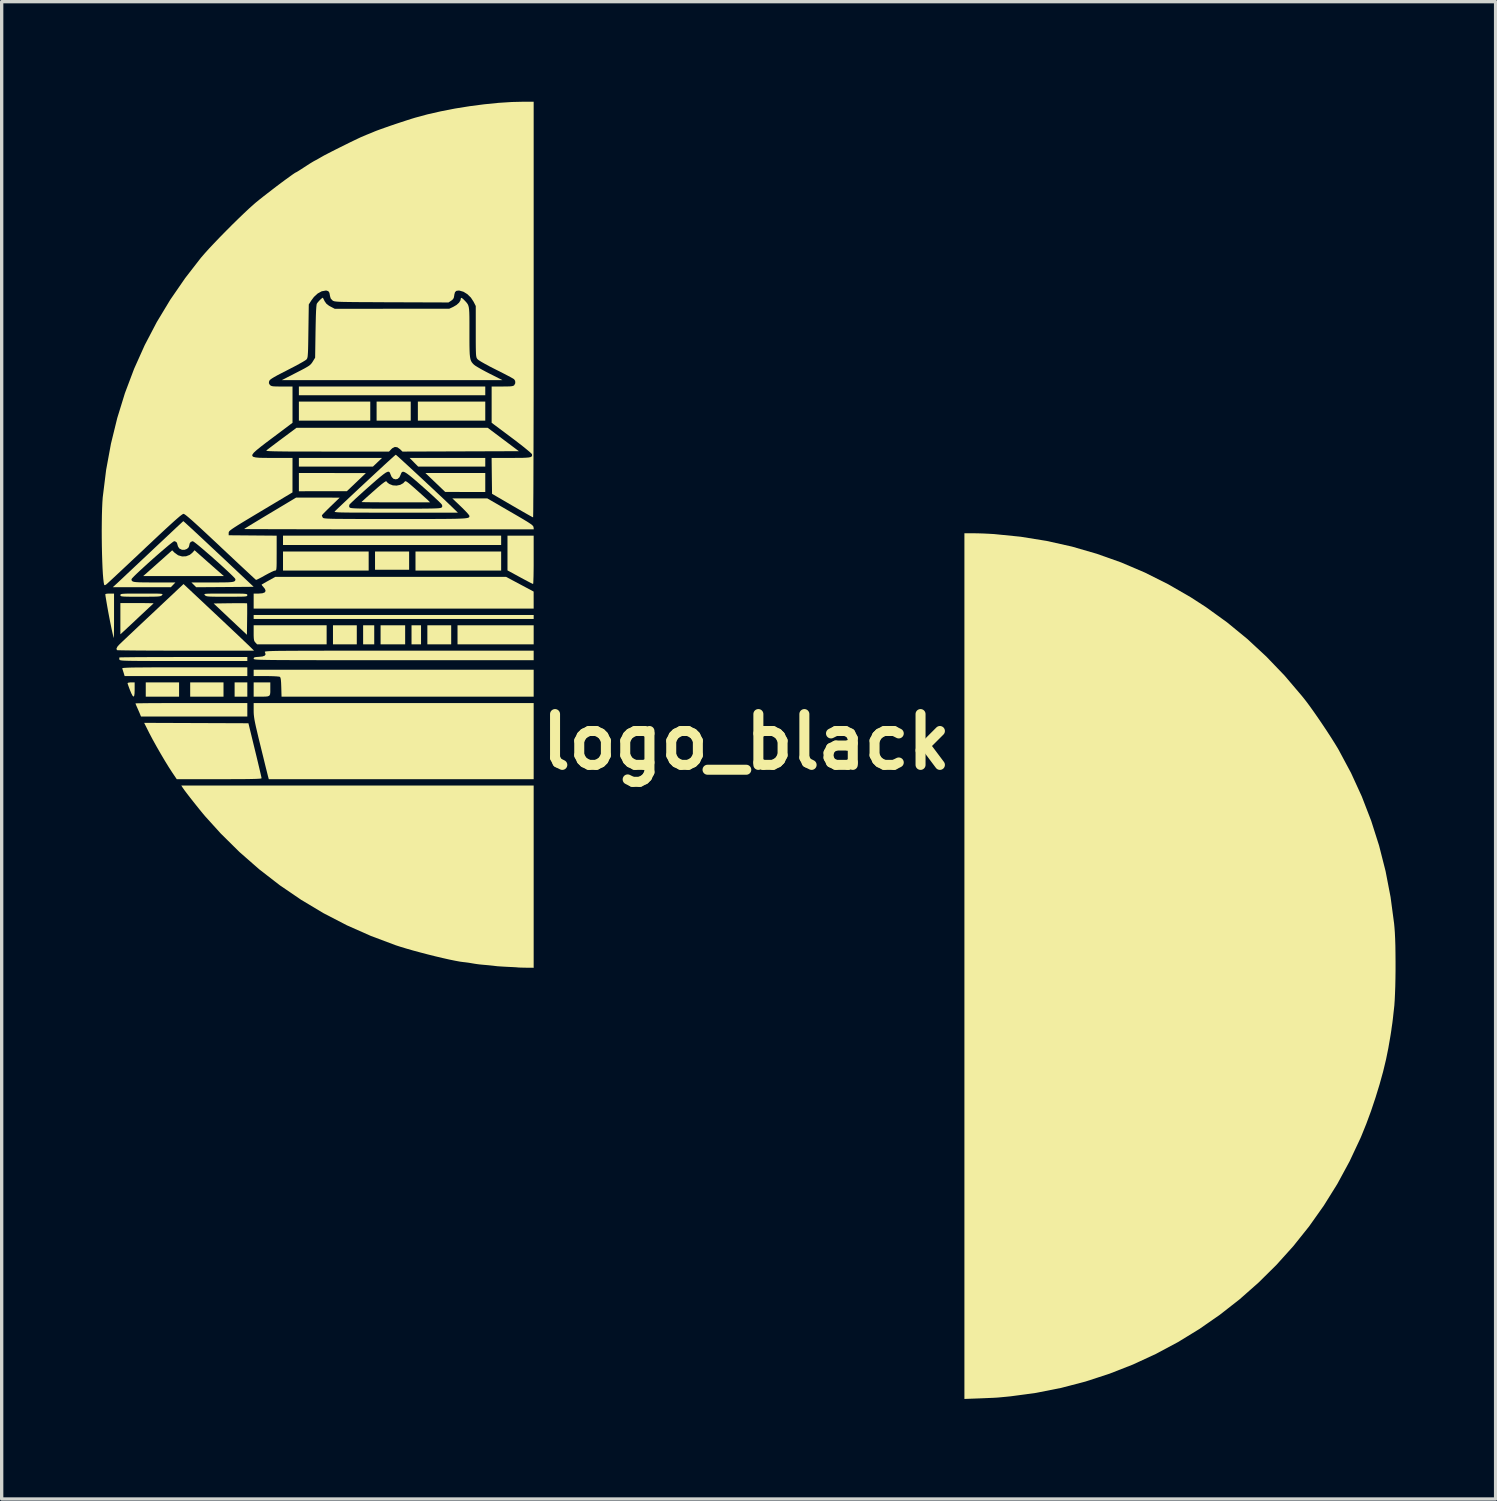
<source format=kicad_pcb>
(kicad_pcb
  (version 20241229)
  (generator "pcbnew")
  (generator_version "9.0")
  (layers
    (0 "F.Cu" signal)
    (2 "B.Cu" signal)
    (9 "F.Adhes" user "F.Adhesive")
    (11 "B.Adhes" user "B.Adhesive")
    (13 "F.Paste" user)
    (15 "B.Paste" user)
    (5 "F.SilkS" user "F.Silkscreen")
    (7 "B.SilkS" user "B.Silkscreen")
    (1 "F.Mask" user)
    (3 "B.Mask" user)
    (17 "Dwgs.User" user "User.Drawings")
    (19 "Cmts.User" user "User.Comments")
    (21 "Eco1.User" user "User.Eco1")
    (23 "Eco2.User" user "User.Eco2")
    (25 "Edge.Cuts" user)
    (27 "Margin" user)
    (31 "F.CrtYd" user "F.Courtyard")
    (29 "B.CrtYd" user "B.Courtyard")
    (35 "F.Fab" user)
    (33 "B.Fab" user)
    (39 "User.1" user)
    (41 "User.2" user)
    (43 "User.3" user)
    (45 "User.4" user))
  (footprint "logo_black"
    (layer "F.Cu")
    (at 19.324 19.193)
    (property "Reference" "logo_black" (at 0 0 0) (layer "F.SilkS") (effects (font (size 1.524 1.524) (thickness 0.3))))
    (attr board_only exclude_from_pos_files exclude_from_bom)
    (fp_poly (pts (xy -17.005 -1.356) (xy -18.004 -1.356) (xy -18.004 -1.784) (xy -17.005 -1.784)) (stroke (width 0) (type solid)) (fill yes) (layer "F.SilkS"))
    (fp_poly (pts (xy -15.673 -1.356) (xy -16.672 -1.356) (xy -16.672 -1.784) (xy -15.673 -1.784)) (stroke (width 0) (type solid)) (fill yes) (layer "F.SilkS"))
    (fp_poly (pts (xy -14.959 -1.356) (xy -15.34 -1.356) (xy -15.34 -1.784) (xy -14.959 -1.784)) (stroke (width 0) (type solid)) (fill yes) (layer "F.SilkS"))
    (fp_poly (pts (xy -11.677 -2.925) (xy -12.391 -2.925) (xy -12.391 -3.496) (xy -11.677 -3.496)) (stroke (width 0) (type solid)) (fill yes) (layer "F.SilkS"))
    (fp_poly (pts (xy -11.321 -5.137) (xy -13.889 -5.137) (xy -13.889 -5.708) (xy -11.321 -5.708)) (stroke (width 0) (type solid)) (fill yes) (layer "F.SilkS"))
    (fp_poly (pts (xy -11.273 -9.632) (xy -13.413 -9.632) (xy -13.413 -10.203) (xy -11.273 -10.203)) (stroke (width 0) (type solid)) (fill yes) (layer "F.SilkS"))
    (fp_poly (pts (xy -11.154 -2.925) (xy -11.487 -2.925) (xy -11.487 -3.496) (xy -11.154 -3.496)) (stroke (width 0) (type solid)) (fill yes) (layer "F.SilkS"))
    (fp_poly (pts (xy -10.227 -2.925) (xy -10.964 -2.925) (xy -10.964 -3.496) (xy -10.227 -3.496)) (stroke (width 0) (type solid)) (fill yes) (layer "F.SilkS"))
    (fp_poly (pts (xy -10.108 -5.161) (xy -11.13 -5.161) (xy -11.13 -5.708) (xy -10.108 -5.708)) (stroke (width 0) (type solid)) (fill yes) (layer "F.SilkS"))
    (fp_poly (pts (xy -10.06 -9.632) (xy -11.083 -9.632) (xy -11.083 -10.203) (xy -10.06 -10.203)) (stroke (width 0) (type solid)) (fill yes) (layer "F.SilkS"))
    (fp_poly (pts (xy -9.751 -2.925) (xy -10.036 -2.925) (xy -10.036 -3.496) (xy -9.751 -3.496)) (stroke (width 0) (type solid)) (fill yes) (layer "F.SilkS"))
    (fp_poly (pts (xy -8.847 -2.925) (xy -9.561 -2.925) (xy -9.561 -3.496) (xy -8.847 -3.496)) (stroke (width 0) (type solid)) (fill yes) (layer "F.SilkS"))
    (fp_poly (pts (xy -7.825 -10.393) (xy -13.413 -10.393) (xy -13.413 -10.655) (xy -7.825 -10.655)) (stroke (width 0) (type solid)) (fill yes) (layer "F.SilkS"))
    (fp_poly (pts (xy -7.825 -9.632) (xy -9.846 -9.632) (xy -9.846 -10.203) (xy -7.825 -10.203)) (stroke (width 0) (type solid)) (fill yes) (layer "F.SilkS"))
    (fp_poly (pts (xy -7.349 -5.903) (xy -13.889 -5.903) (xy -13.889 -6.184) (xy -7.349 -6.184)) (stroke (width 0) (type solid)) (fill yes) (layer "F.SilkS"))
    (fp_poly (pts (xy -7.349 -5.137) (xy -9.917 -5.137) (xy -9.917 -5.708) (xy -7.349 -5.708)) (stroke (width 0) (type solid)) (fill yes) (layer "F.SilkS"))
    (fp_poly (pts (xy -6.374 -3.686) (xy -14.769 -3.686) (xy -14.769 -3.805) (xy -6.374 -3.805)) (stroke (width 0) (type solid)) (fill yes) (layer "F.SilkS"))
    (fp_poly (pts (xy -6.374 -2.925) (xy -8.657 -2.925) (xy -8.657 -3.496) (xy -6.374 -3.496)) (stroke (width 0) (type solid)) (fill yes) (layer "F.SilkS"))
    (fp_poly (pts (xy -11.057 -8.383) (xy -11.194 -8.253) (xy -13.413 -8.253) (xy -13.413 -8.514) (xy -10.92 -8.514)) (stroke (width 0) (type solid)) (fill yes) (layer "F.SilkS"))
    (fp_poly (pts (xy -7.825 -8.253) (xy -9.836 -8.253) (xy -9.965 -8.383) (xy -10.094 -8.514) (xy -7.825 -8.514)) (stroke (width 0) (type solid)) (fill yes) (layer "F.SilkS"))
    (fp_poly (pts (xy -7.825 -7.492) (xy -8.425 -7.493) (xy -9.026 -7.494) (xy -9.62 -8.061) (xy -7.825 -8.062)) (stroke (width 0) (type solid)) (fill yes) (layer "F.SilkS"))
    (fp_poly (pts (xy -12.409 -8.061) (xy -11.404 -8.06) (xy -11.689 -7.788) (xy -11.975 -7.516) (xy -12.694 -7.516) (xy -13.413 -7.515) (xy -13.413 -8.062)) (stroke (width 0) (type solid)) (fill yes) (layer "F.SilkS"))
    (fp_poly (pts (xy -12.581 -2.925) (xy -14.666 -2.925) (xy -14.717 -2.98) (xy -14.742 -3.011) (xy -14.757 -3.049) (xy -14.765 -3.105) (xy -14.769 -3.19) (xy -14.769 -3.266) (xy -14.769 -3.496) (xy -12.581 -3.496)) (stroke (width 0) (type solid)) (fill yes) (layer "F.SilkS"))
    (fp_poly (pts (xy -14.27 -1.584) (xy -14.27 -1.491) (xy -14.277 -1.427) (xy -14.298 -1.387) (xy -14.341 -1.366) (xy -14.414 -1.358) (xy -14.523 -1.356) (xy -14.573 -1.356) (xy -14.769 -1.356) (xy -14.769 -1.784) (xy -14.27 -1.784)) (stroke (width 0) (type solid)) (fill yes) (layer "F.SilkS"))
    (fp_poly (pts (xy -18.337 -1.57) (xy -18.34 -1.452) (xy -18.351 -1.381) (xy -18.369 -1.357) (xy -18.397 -1.38) (xy -18.434 -1.449) (xy -18.475 -1.547) (xy -18.509 -1.637) (xy -18.535 -1.709) (xy -18.549 -1.754) (xy -18.551 -1.761) (xy -18.529 -1.775) (xy -18.476 -1.783) (xy -18.444 -1.784) (xy -18.337 -1.784)) (stroke (width 0) (type solid)) (fill yes) (layer "F.SilkS"))
    (fp_poly (pts (xy -15.085 -4.158) (xy -15.008 -4.157) (xy -14.97 -4.155) (xy -14.967 -4.154) (xy -14.965 -4.129) (xy -14.963 -4.063) (xy -14.963 -3.965) (xy -14.963 -3.841) (xy -14.965 -3.699) (xy -14.965 -3.678) (xy -14.971 -3.211) (xy -15.47 -3.68) (xy -15.968 -4.15) (xy -15.472 -4.157) (xy -15.324 -4.158) (xy -15.192 -4.159)) (stroke (width 0) (type solid)) (fill yes) (layer "F.SilkS"))
    (fp_poly (pts (xy -6.374 -5.458) (xy -6.374 -5.278) (xy -6.376 -5.114) (xy -6.378 -4.972) (xy -6.382 -4.859) (xy -6.385 -4.779) (xy -6.39 -4.738) (xy -6.392 -4.734) (xy -6.417 -4.745) (xy -6.478 -4.775) (xy -6.566 -4.821) (xy -6.675 -4.879) (xy -6.784 -4.938) (xy -7.159 -5.142) (xy -7.159 -6.184) (xy -6.374 -6.184)) (stroke (width 0) (type solid)) (fill yes) (layer "F.SilkS"))
    (fp_poly (pts (xy -6.374 -1.356) (xy -13.933 -1.356) (xy -13.941 -1.642) (xy -13.946 -1.771) (xy -13.953 -1.86) (xy -13.963 -1.915) (xy -13.977 -1.945) (xy -13.984 -1.951) (xy -14.019 -1.958) (xy -14.093 -1.965) (xy -14.196 -1.97) (xy -14.32 -1.973) (xy -14.395 -1.974) (xy -14.769 -1.974) (xy -14.769 -2.164) (xy -6.374 -2.164)) (stroke (width 0) (type solid)) (fill yes) (layer "F.SilkS"))
    (fp_poly (pts (xy -14.959 -1.974) (xy -18.638 -1.974) (xy -18.667 -2.072) (xy -18.689 -2.14) (xy -18.706 -2.193) (xy -18.709 -2.202) (xy -18.706 -2.209) (xy -18.69 -2.214) (xy -18.657 -2.219) (xy -18.605 -2.222) (xy -18.532 -2.226) (xy -18.433 -2.229) (xy -18.307 -2.231) (xy -18.15 -2.232) (xy -17.96 -2.234) (xy -17.733 -2.235) (xy -17.467 -2.235) (xy -17.159 -2.236) (xy -16.841 -2.236) (xy -14.959 -2.236)) (stroke (width 0) (type solid)) (fill yes) (layer "F.SilkS"))
    (fp_poly (pts (xy -14.959 -0.761) (xy -18.147 -0.761) (xy -18.169 -0.815) (xy -18.189 -0.865) (xy -18.222 -0.94) (xy -18.251 -1.006) (xy -18.283 -1.078) (xy -18.305 -1.132) (xy -18.313 -1.154) (xy -18.29 -1.156) (xy -18.223 -1.158) (xy -18.116 -1.159) (xy -17.973 -1.161) (xy -17.797 -1.162) (xy -17.593 -1.163) (xy -17.364 -1.164) (xy -17.114 -1.165) (xy -16.847 -1.165) (xy -16.636 -1.165) (xy -14.959 -1.165)) (stroke (width 0) (type solid)) (fill yes) (layer "F.SilkS"))
    (fp_poly (pts (xy -6.787 -4.727) (xy -6.375 -4.507) (xy -6.374 -3.996) (xy -14.769 -3.996) (xy -14.769 -4.447) (xy -14.619 -4.447) (xy -14.506 -4.456) (xy -14.437 -4.482) (xy -14.411 -4.525) (xy -14.43 -4.585) (xy -14.476 -4.642) (xy -14.514 -4.686) (xy -14.53 -4.714) (xy -14.53 -4.717) (xy -14.506 -4.731) (xy -14.45 -4.764) (xy -14.372 -4.808) (xy -14.321 -4.836) (xy -14.122 -4.947) (xy -7.2 -4.947)) (stroke (width 0) (type solid)) (fill yes) (layer "F.SilkS"))
    (fp_poly (pts (xy -18.113 -4.162) (xy -17.983 -4.161) (xy -17.878 -4.159) (xy -17.805 -4.158) (xy -17.77 -4.155) (xy -17.768 -4.155) (xy -17.787 -4.137) (xy -17.836 -4.091) (xy -17.911 -4.022) (xy -18.005 -3.934) (xy -18.115 -3.831) (xy -18.206 -3.746) (xy -18.328 -3.631) (xy -18.442 -3.524) (xy -18.542 -3.431) (xy -18.623 -3.355) (xy -18.679 -3.304) (xy -18.699 -3.285) (xy -18.765 -3.226) (xy -18.765 -4.162) (xy -18.261 -4.162)) (stroke (width 0) (type solid)) (fill yes) (layer "F.SilkS"))
    (fp_poly (pts (xy -6.374 1.118) (xy -14.315 1.118) (xy -14.339 1.029) (xy -14.35 0.985) (xy -14.371 0.901) (xy -14.401 0.783) (xy -14.437 0.637) (xy -14.478 0.468) (xy -14.524 0.282) (xy -14.566 0.11) (xy -14.621 -0.113) (xy -14.664 -0.297) (xy -14.699 -0.445) (xy -14.725 -0.565) (xy -14.744 -0.663) (xy -14.756 -0.743) (xy -14.764 -0.812) (xy -14.768 -0.875) (xy -14.769 -0.939) (xy -14.769 -0.942) (xy -14.769 -1.165) (xy -6.374 -1.165)) (stroke (width 0) (type solid)) (fill yes) (layer "F.SilkS"))
    (fp_poly (pts (xy -16.164 -5.412) (xy -16.047 -5.309) (xy -15.939 -5.213) (xy -15.846 -5.132) (xy -15.774 -5.069) (xy -15.73 -5.03) (xy -15.724 -5.025) (xy -15.661 -4.972) (xy -16.871 -4.971) (xy -18.082 -4.971) (xy -17.977 -5.063) (xy -17.925 -5.109) (xy -17.846 -5.179) (xy -17.747 -5.267) (xy -17.637 -5.365) (xy -17.542 -5.449) (xy -17.212 -5.744) (xy -17.137 -5.669) (xy -17.033 -5.595) (xy -16.915 -5.56) (xy -16.795 -5.565) (xy -16.682 -5.609) (xy -16.6 -5.678) (xy -16.541 -5.746)) (stroke (width 0) (type solid)) (fill yes) (layer "F.SilkS"))
    (fp_poly (pts (xy -18.955 -3.781) (xy -18.955 -3.609) (xy -18.956 -3.453) (xy -18.957 -3.32) (xy -18.959 -3.215) (xy -18.961 -3.145) (xy -18.963 -3.116) (xy -18.963 -3.116) (xy -18.971 -3.138) (xy -18.986 -3.198) (xy -19.007 -3.29) (xy -19.032 -3.405) (xy -19.048 -3.484) (xy -19.074 -3.61) (xy -19.101 -3.751) (xy -19.129 -3.898) (xy -19.155 -4.043) (xy -19.178 -4.176) (xy -19.197 -4.29) (xy -19.211 -4.376) (xy -19.216 -4.425) (xy -19.216 -4.43) (xy -19.195 -4.439) (xy -19.139 -4.446) (xy -19.086 -4.447) (xy -18.955 -4.447)) (stroke (width 0) (type solid)) (fill yes) (layer "F.SilkS"))
    (fp_poly (pts (xy -16.489 -0.565) (xy -14.926 -0.559) (xy -14.729 0.25) (xy -14.683 0.439) (xy -14.641 0.615) (xy -14.604 0.771) (xy -14.573 0.902) (xy -14.55 1.002) (xy -14.536 1.066) (xy -14.532 1.088) (xy -14.541 1.095) (xy -14.571 1.101) (xy -14.624 1.105) (xy -14.705 1.109) (xy -14.816 1.112) (xy -14.96 1.115) (xy -15.14 1.116) (xy -15.359 1.117) (xy -15.622 1.118) (xy -15.803 1.118) (xy -17.075 1.118) (xy -17.215 0.91) (xy -17.319 0.749) (xy -17.436 0.558) (xy -17.559 0.35) (xy -17.681 0.137) (xy -17.795 -0.068) (xy -17.892 -0.252) (xy -17.909 -0.286) (xy -18.052 -0.571)) (stroke (width 0) (type solid)) (fill yes) (layer "F.SilkS"))
    (fp_poly (pts (xy -6.818 -8.716) (xy -8.562 -8.71) (xy -10.307 -8.704) (xy -10.381 -8.776) (xy -10.461 -8.833) (xy -10.536 -8.843) (xy -10.61 -8.806) (xy -10.643 -8.776) (xy -10.711 -8.704) (xy -12.567 -8.704) (xy -12.912 -8.705) (xy -13.213 -8.705) (xy -13.472 -8.706) (xy -13.692 -8.706) (xy -13.876 -8.708) (xy -14.026 -8.71) (xy -14.146 -8.712) (xy -14.239 -8.715) (xy -14.306 -8.718) (xy -14.352 -8.722) (xy -14.379 -8.727) (xy -14.389 -8.732) (xy -14.388 -8.737) (xy -14.359 -8.761) (xy -14.298 -8.808) (xy -14.211 -8.874) (xy -14.104 -8.955) (xy -13.982 -9.047) (xy -13.918 -9.094) (xy -13.483 -9.418) (xy -7.753 -9.418)) (stroke (width 0) (type solid)) (fill yes) (layer "F.SilkS"))
    (fp_poly (pts (xy -14.959 -2.426) (xy -16.871 -2.426) (xy -17.217 -2.426) (xy -17.519 -2.426) (xy -17.779 -2.426) (xy -18.001 -2.427) (xy -18.188 -2.428) (xy -18.342 -2.429) (xy -18.468 -2.431) (xy -18.567 -2.433) (xy -18.644 -2.436) (xy -18.701 -2.439) (xy -18.741 -2.444) (xy -18.767 -2.449) (xy -18.783 -2.455) (xy -18.791 -2.462) (xy -18.794 -2.47) (xy -18.795 -2.472) (xy -18.799 -2.516) (xy -18.794 -2.531) (xy -18.768 -2.534) (xy -18.699 -2.536) (xy -18.59 -2.537) (xy -18.443 -2.539) (xy -18.263 -2.541) (xy -18.054 -2.542) (xy -17.819 -2.543) (xy -17.561 -2.544) (xy -17.284 -2.544) (xy -16.992 -2.545) (xy -16.87 -2.545) (xy -14.959 -2.545)) (stroke (width 0) (type solid)) (fill yes) (layer "F.SilkS"))
    (fp_poly (pts (xy -17.927 -4.447) (xy -17.778 -4.447) (xy -17.667 -4.446) (xy -17.588 -4.443) (xy -17.538 -4.439) (xy -17.51 -4.433) (xy -17.501 -4.425) (xy -17.504 -4.414) (xy -17.516 -4.4) (xy -17.516 -4.4) (xy -17.531 -4.385) (xy -17.552 -4.374) (xy -17.584 -4.366) (xy -17.632 -4.36) (xy -17.703 -4.356) (xy -17.802 -4.354) (xy -17.936 -4.353) (xy -18.11 -4.352) (xy -18.162 -4.352) (xy -18.346 -4.352) (xy -18.489 -4.353) (xy -18.595 -4.355) (xy -18.669 -4.358) (xy -18.718 -4.363) (xy -18.747 -4.37) (xy -18.76 -4.379) (xy -18.764 -4.392) (xy -18.765 -4.4) (xy -18.763 -4.414) (xy -18.755 -4.425) (xy -18.735 -4.433) (xy -18.699 -4.439) (xy -18.64 -4.443) (xy -18.553 -4.446) (xy -18.434 -4.447) (xy -18.276 -4.447) (xy -18.119 -4.447)) (stroke (width 0) (type solid)) (fill yes) (layer "F.SilkS"))
    (fp_poly (pts (xy -15.423 -4.447) (xy -15.272 -4.447) (xy -15.158 -4.445) (xy -15.075 -4.443) (xy -15.019 -4.438) (xy -14.985 -4.432) (xy -14.967 -4.424) (xy -14.96 -4.412) (xy -14.959 -4.4) (xy -14.961 -4.385) (xy -14.969 -4.374) (xy -14.989 -4.366) (xy -15.027 -4.36) (xy -15.088 -4.356) (xy -15.177 -4.354) (xy -15.3 -4.353) (xy -15.461 -4.352) (xy -15.574 -4.352) (xy -15.761 -4.352) (xy -15.907 -4.353) (xy -16.016 -4.355) (xy -16.096 -4.358) (xy -16.151 -4.363) (xy -16.187 -4.371) (xy -16.21 -4.381) (xy -16.227 -4.394) (xy -16.232 -4.4) (xy -16.243 -4.414) (xy -16.247 -4.425) (xy -16.238 -4.433) (xy -16.211 -4.439) (xy -16.161 -4.443) (xy -16.083 -4.445) (xy -15.973 -4.447) (xy -15.826 -4.447) (xy -15.636 -4.447) (xy -15.617 -4.447)) (stroke (width 0) (type solid)) (fill yes) (layer "F.SilkS"))
    (fp_poly (pts (xy -10.186 -7.805) (xy -10.143 -7.775) (xy -10.08 -7.724) (xy -9.991 -7.647) (xy -9.905 -7.571) (xy -9.799 -7.477) (xy -9.702 -7.39) (xy -9.62 -7.316) (xy -9.561 -7.263) (xy -9.537 -7.24) (xy -9.479 -7.182) (xy -10.507 -7.182) (xy -10.723 -7.183) (xy -10.923 -7.183) (xy -11.103 -7.184) (xy -11.259 -7.185) (xy -11.384 -7.187) (xy -11.474 -7.188) (xy -11.525 -7.19) (xy -11.535 -7.191) (xy -11.518 -7.209) (xy -11.47 -7.253) (xy -11.398 -7.319) (xy -11.305 -7.402) (xy -11.198 -7.497) (xy -11.168 -7.523) (xy -11.034 -7.641) (xy -10.931 -7.727) (xy -10.857 -7.783) (xy -10.811 -7.812) (xy -10.79 -7.814) (xy -10.789 -7.812) (xy -10.761 -7.777) (xy -10.709 -7.737) (xy -10.697 -7.73) (xy -10.596 -7.691) (xy -10.485 -7.684) (xy -10.376 -7.706) (xy -10.286 -7.755) (xy -10.245 -7.798) (xy -10.232 -7.813) (xy -10.214 -7.816)) (stroke (width 0) (type solid)) (fill yes) (layer "F.SilkS"))
    (fp_poly (pts (xy -15.945 -3.863) (xy -15.764 -3.693) (xy -15.59 -3.529) (xy -15.427 -3.375) (xy -15.277 -3.234) (xy -15.146 -3.11) (xy -15.037 -3.006) (xy -14.954 -2.927) (xy -14.9 -2.875) (xy -14.888 -2.864) (xy -14.758 -2.735) (xy -16.805 -2.735) (xy -17.113 -2.735) (xy -17.407 -2.736) (xy -17.684 -2.737) (xy -17.94 -2.738) (xy -18.173 -2.739) (xy -18.378 -2.741) (xy -18.551 -2.743) (xy -18.691 -2.745) (xy -18.792 -2.747) (xy -18.852 -2.749) (xy -18.868 -2.751) (xy -18.883 -2.794) (xy -18.855 -2.854) (xy -18.806 -2.91) (xy -18.773 -2.942) (xy -18.71 -3.003) (xy -18.619 -3.089) (xy -18.505 -3.197) (xy -18.371 -3.323) (xy -18.222 -3.464) (xy -18.06 -3.616) (xy -17.897 -3.769) (xy -17.726 -3.929) (xy -17.564 -4.082) (xy -17.413 -4.224) (xy -17.277 -4.351) (xy -17.161 -4.46) (xy -17.068 -4.548) (xy -17.002 -4.61) (xy -16.968 -4.642) (xy -16.872 -4.733)) (stroke (width 0) (type solid)) (fill yes) (layer "F.SilkS"))
    (fp_poly (pts (xy -6.374 6.772) (xy -6.601 6.77) (xy -6.699 6.768) (xy -6.777 6.766) (xy -6.824 6.764) (xy -6.833 6.763) (xy -6.857 6.761) (xy -6.919 6.756) (xy -7.011 6.751) (xy -7.123 6.746) (xy -7.135 6.745) (xy -7.257 6.739) (xy -7.369 6.732) (xy -7.459 6.726) (xy -7.512 6.72) (xy -7.577 6.712) (xy -7.669 6.702) (xy -7.762 6.693) (xy -7.899 6.681) (xy -8.002 6.671) (xy -8.085 6.66) (xy -8.163 6.648) (xy -8.227 6.637) (xy -8.329 6.62) (xy -8.437 6.606) (xy -8.476 6.602) (xy -8.583 6.588) (xy -8.728 6.561) (xy -8.904 6.525) (xy -9.103 6.48) (xy -9.319 6.429) (xy -9.543 6.373) (xy -9.768 6.314) (xy -9.987 6.255) (xy -10.192 6.196) (xy -10.377 6.14) (xy -10.512 6.096) (xy -11.255 5.817) (xy -11.975 5.498) (xy -12.672 5.137) (xy -13.343 4.736) (xy -13.988 4.296) (xy -14.606 3.817) (xy -15.196 3.3) (xy -15.757 2.745) (xy -16.216 2.238) (xy -16.293 2.147) (xy -16.383 2.037) (xy -16.481 1.915) (xy -16.582 1.788) (xy -16.679 1.665) (xy -16.766 1.552) (xy -16.837 1.458) (xy -16.885 1.39) (xy -16.897 1.373) (xy -16.939 1.308) (xy -6.374 1.308)) (stroke (width 0) (type solid)) (fill yes) (layer "F.SilkS"))
    (fp_poly (pts (xy -6.374 -2.45) (xy -10.571 -2.45) (xy -11.095 -2.45) (xy -11.574 -2.45) (xy -12.009 -2.45) (xy -12.402 -2.45) (xy -12.756 -2.45) (xy -13.073 -2.451) (xy -13.355 -2.451) (xy -13.604 -2.452) (xy -13.822 -2.453) (xy -14.011 -2.454) (xy -14.172 -2.455) (xy -14.31 -2.457) (xy -14.424 -2.459) (xy -14.517 -2.461) (xy -14.592 -2.463) (xy -14.651 -2.466) (xy -14.695 -2.469) (xy -14.726 -2.473) (xy -14.747 -2.477) (xy -14.76 -2.481) (xy -14.766 -2.486) (xy -14.769 -2.492) (xy -14.769 -2.496) (xy -14.763 -2.521) (xy -14.74 -2.537) (xy -14.688 -2.545) (xy -14.611 -2.55) (xy -14.5 -2.562) (xy -14.434 -2.588) (xy -14.411 -2.629) (xy -14.43 -2.686) (xy -14.431 -2.687) (xy -14.434 -2.693) (xy -14.435 -2.699) (xy -14.431 -2.704) (xy -14.421 -2.708) (xy -14.402 -2.713) (xy -14.372 -2.716) (xy -14.329 -2.719) (xy -14.271 -2.722) (xy -14.196 -2.725) (xy -14.102 -2.727) (xy -13.987 -2.729) (xy -13.848 -2.73) (xy -13.683 -2.731) (xy -13.491 -2.732) (xy -13.27 -2.733) (xy -13.016 -2.734) (xy -12.729 -2.734) (xy -12.406 -2.735) (xy -12.045 -2.735) (xy -11.644 -2.735) (xy -11.2 -2.735) (xy -10.712 -2.735) (xy -10.417 -2.735) (xy -6.374 -2.735)) (stroke (width 0) (type solid)) (fill yes) (layer "F.SilkS"))
    (fp_poly (pts (xy -12.694 -13.317) (xy -12.681 -13.291) (xy -12.654 -13.238) (xy -12.641 -13.212) (xy -12.589 -13.138) (xy -12.511 -13.077) (xy -12.465 -13.052) (xy -12.338 -12.985) (xy -10.622 -12.986) (xy -8.907 -12.986) (xy -8.786 -13.042) (xy -8.686 -13.101) (xy -8.611 -13.169) (xy -8.568 -13.239) (xy -8.562 -13.274) (xy -8.554 -13.311) (xy -8.529 -13.311) (xy -8.483 -13.273) (xy -8.451 -13.241) (xy -8.41 -13.198) (xy -8.378 -13.161) (xy -8.352 -13.124) (xy -8.333 -13.082) (xy -8.319 -13.029) (xy -8.31 -12.96) (xy -8.304 -12.868) (xy -8.301 -12.749) (xy -8.3 -12.597) (xy -8.3 -12.405) (xy -8.3 -12.29) (xy -8.3 -12.066) (xy -8.299 -11.885) (xy -8.296 -11.741) (xy -8.291 -11.628) (xy -8.282 -11.541) (xy -8.27 -11.475) (xy -8.253 -11.425) (xy -8.231 -11.384) (xy -8.202 -11.348) (xy -8.167 -11.312) (xy -8.167 -11.312) (xy -8.124 -11.279) (xy -8.046 -11.231) (xy -7.942 -11.171) (xy -7.82 -11.105) (xy -7.706 -11.046) (xy -7.313 -10.847) (xy -13.925 -10.847) (xy -13.497 -11.066) (xy -13.351 -11.141) (xy -13.241 -11.199) (xy -13.161 -11.245) (xy -13.103 -11.282) (xy -13.063 -11.316) (xy -13.033 -11.35) (xy -13.006 -11.388) (xy -12.998 -11.402) (xy -12.926 -11.519) (xy -12.914 -12.306) (xy -12.909 -12.558) (xy -12.904 -12.764) (xy -12.898 -12.924) (xy -12.89 -13.04) (xy -12.882 -13.112) (xy -12.874 -13.14) (xy -12.844 -13.181) (xy -12.8 -13.23) (xy -12.753 -13.277) (xy -12.714 -13.309) (xy -12.694 -13.317)) (stroke (width 0) (type solid)) (fill yes) (layer "F.SilkS"))
    (fp_poly (pts (xy -12.189 -7.323) (xy -12.456 -7.066) (xy -12.548 -6.976) (xy -12.626 -6.898) (xy -12.685 -6.838) (xy -12.718 -6.8) (xy -12.724 -6.792) (xy -12.714 -6.759) (xy -12.699 -6.729) (xy -12.694 -6.721) (xy -12.685 -6.714) (xy -12.67 -6.708) (xy -12.645 -6.703) (xy -12.609 -6.699) (xy -12.557 -6.695) (xy -12.487 -6.692) (xy -12.396 -6.689) (xy -12.281 -6.687) (xy -12.14 -6.686) (xy -11.968 -6.685) (xy -11.764 -6.684) (xy -11.525 -6.683) (xy -11.247 -6.683) (xy -10.927 -6.683) (xy -10.563 -6.683) (xy -10.516 -6.683) (xy -10.142 -6.683) (xy -9.812 -6.683) (xy -9.524 -6.683) (xy -9.276 -6.684) (xy -9.063 -6.685) (xy -8.884 -6.687) (xy -8.735 -6.689) (xy -8.614 -6.693) (xy -8.518 -6.697) (xy -8.444 -6.702) (xy -8.389 -6.709) (xy -8.35 -6.716) (xy -8.324 -6.726) (xy -8.31 -6.736) (xy -8.303 -6.749) (xy -8.3 -6.763) (xy -8.3 -6.777) (xy -8.317 -6.805) (xy -8.362 -6.86) (xy -8.43 -6.932) (xy -8.515 -7.017) (xy -8.556 -7.057) (xy -8.812 -7.3) (xy -7.765 -7.301) (xy -7.075 -6.901) (xy -6.887 -6.792) (xy -6.735 -6.703) (xy -6.617 -6.632) (xy -6.528 -6.577) (xy -6.464 -6.534) (xy -6.421 -6.501) (xy -6.395 -6.475) (xy -6.382 -6.453) (xy -6.378 -6.438) (xy -6.371 -6.374) (xy -10.713 -6.374) (xy -11.163 -6.374) (xy -11.601 -6.374) (xy -12.023 -6.374) (xy -12.428 -6.374) (xy -12.813 -6.375) (xy -13.176 -6.375) (xy -13.513 -6.376) (xy -13.824 -6.376) (xy -14.105 -6.377) (xy -14.355 -6.378) (xy -14.57 -6.378) (xy -14.749 -6.379) (xy -14.889 -6.38) (xy -14.988 -6.381) (xy -15.043 -6.382) (xy -15.054 -6.382) (xy -15.035 -6.396) (xy -14.979 -6.432) (xy -14.891 -6.486) (xy -14.775 -6.557) (xy -14.636 -6.641) (xy -14.479 -6.736) (xy -14.307 -6.839) (xy -14.275 -6.858) (xy -13.496 -7.325)) (stroke (width 0) (type solid)) (fill yes) (layer "F.SilkS"))
    (fp_poly (pts (xy -16.86 -6.604) (xy -16.809 -6.559) (xy -16.731 -6.487) (xy -16.626 -6.391) (xy -16.499 -6.273) (xy -16.353 -6.137) (xy -16.19 -5.985) (xy -16.013 -5.819) (xy -15.826 -5.644) (xy -15.818 -5.637) (xy -14.769 -4.65) (xy -15.63 -4.643) (xy -16.492 -4.637) (xy -16.563 -4.709) (xy -16.635 -4.78) (xy -16.004 -4.78) (xy -15.805 -4.781) (xy -15.649 -4.782) (xy -15.53 -4.785) (xy -15.443 -4.791) (xy -15.383 -4.8) (xy -15.346 -4.814) (xy -15.326 -4.832) (xy -15.318 -4.855) (xy -15.316 -4.879) (xy -15.333 -4.905) (xy -15.382 -4.957) (xy -15.457 -5.031) (xy -15.553 -5.122) (xy -15.666 -5.226) (xy -15.79 -5.339) (xy -15.921 -5.456) (xy -16.052 -5.573) (xy -16.181 -5.684) (xy -16.3 -5.787) (xy -16.406 -5.876) (xy -16.494 -5.947) (xy -16.557 -5.995) (xy -16.593 -6.016) (xy -16.596 -6.017) (xy -16.656 -5.996) (xy -16.691 -5.942) (xy -16.696 -5.905) (xy -16.716 -5.836) (xy -16.768 -5.786) (xy -16.84 -5.759) (xy -16.917 -5.759) (xy -16.987 -5.792) (xy -17.004 -5.807) (xy -17.039 -5.862) (xy -17.052 -5.91) (xy -17.071 -5.975) (xy -17.121 -6.012) (xy -17.151 -6.017) (xy -17.18 -6.002) (xy -17.238 -5.958) (xy -17.321 -5.892) (xy -17.423 -5.806) (xy -17.54 -5.706) (xy -17.667 -5.596) (xy -17.798 -5.48) (xy -17.929 -5.363) (xy -18.055 -5.248) (xy -18.171 -5.142) (xy -18.271 -5.048) (xy -18.351 -4.97) (xy -18.406 -4.913) (xy -18.431 -4.881) (xy -18.432 -4.878) (xy -18.429 -4.85) (xy -18.419 -4.828) (xy -18.396 -4.811) (xy -18.355 -4.798) (xy -18.291 -4.79) (xy -18.198 -4.785) (xy -18.072 -4.782) (xy -17.908 -4.781) (xy -17.745 -4.78) (xy -17.115 -4.78) (xy -17.183 -4.709) (xy -17.251 -4.638) (xy -18.121 -4.638) (xy -18.991 -4.639) (xy -18.895 -4.727) (xy -18.86 -4.759) (xy -18.794 -4.821) (xy -18.7 -4.909) (xy -18.583 -5.02) (xy -18.445 -5.149) (xy -18.29 -5.295) (xy -18.121 -5.454) (xy -17.943 -5.621) (xy -17.844 -5.714) (xy -17.666 -5.882) (xy -17.497 -6.04) (xy -17.343 -6.185) (xy -17.205 -6.315) (xy -17.088 -6.425) (xy -16.993 -6.513) (xy -16.925 -6.576) (xy -16.886 -6.612) (xy -16.878 -6.619)) (stroke (width 0) (type solid)) (fill yes) (layer "F.SilkS"))
    (fp_poly (pts (xy 6.948 -6.253) (xy 7.108 -6.248) (xy 7.276 -6.24) (xy 7.432 -6.231) (xy 7.44 -6.23) (xy 8.228 -6.151) (xy 9.003 -6.026) (xy 9.764 -5.856) (xy 10.509 -5.64) (xy 11.239 -5.381) (xy 11.953 -5.076) (xy 12.649 -4.727) (xy 13.328 -4.335) (xy 13.782 -4.041) (xy 14.415 -3.584) (xy 15.019 -3.089) (xy 15.594 -2.556) (xy 16.141 -1.986) (xy 16.659 -1.377) (xy 16.78 -1.225) (xy 16.878 -1.094) (xy 16.995 -0.931) (xy 17.124 -0.746) (xy 17.259 -0.548) (xy 17.394 -0.346) (xy 17.522 -0.149) (xy 17.637 0.033) (xy 17.734 0.192) (xy 17.767 0.25) (xy 18.133 0.934) (xy 18.456 1.64) (xy 18.736 2.366) (xy 18.973 3.111) (xy 19.167 3.874) (xy 19.317 4.653) (xy 19.423 5.448) (xy 19.434 5.565) (xy 19.445 5.715) (xy 19.454 5.901) (xy 19.461 6.114) (xy 19.464 6.347) (xy 19.466 6.593) (xy 19.466 6.844) (xy 19.463 7.092) (xy 19.458 7.33) (xy 19.45 7.549) (xy 19.441 7.742) (xy 19.43 7.902) (xy 19.419 8.003) (xy 19.412 8.065) (xy 19.402 8.153) (xy 19.394 8.229) (xy 19.384 8.317) (xy 19.375 8.391) (xy 19.37 8.431) (xy 19.362 8.484) (xy 19.351 8.559) (xy 19.347 8.586) (xy 19.341 8.636) (xy 19.334 8.681) (xy 19.327 8.728) (xy 19.318 8.785) (xy 19.305 8.862) (xy 19.287 8.965) (xy 19.263 9.103) (xy 19.25 9.18) (xy 19.182 9.516) (xy 19.094 9.882) (xy 18.987 10.269) (xy 18.865 10.666) (xy 18.732 11.064) (xy 18.589 11.451) (xy 18.441 11.817) (xy 18.416 11.876) (xy 18.087 12.577) (xy 17.72 13.254) (xy 17.315 13.903) (xy 16.875 14.525) (xy 16.401 15.118) (xy 15.895 15.68) (xy 15.358 16.211) (xy 14.793 16.71) (xy 14.2 17.174) (xy 13.583 17.603) (xy 12.941 17.996) (xy 12.277 18.351) (xy 11.593 18.667) (xy 10.891 18.942) (xy 10.171 19.177) (xy 9.436 19.369) (xy 8.688 19.517) (xy 7.928 19.62) (xy 7.789 19.634) (xy 7.692 19.643) (xy 7.597 19.652) (xy 7.551 19.656) (xy 7.497 19.66) (xy 7.405 19.665) (xy 7.285 19.67) (xy 7.145 19.676) (xy 6.998 19.682) (xy 6.54 19.699) (xy 6.54 -6.255) (xy 6.815 -6.255)) (stroke (width 0) (type solid)) (fill yes) (layer "F.SilkS"))
    (fp_poly (pts (xy -10.488 -8.594) (xy -10.437 -8.549) (xy -10.359 -8.479) (xy -10.259 -8.387) (xy -10.139 -8.277) (xy -10.004 -8.152) (xy -9.857 -8.016) (xy -9.703 -7.873) (xy -9.546 -7.726) (xy -9.388 -7.579) (xy -9.235 -7.435) (xy -9.09 -7.299) (xy -8.957 -7.173) (xy -8.84 -7.061) (xy -8.743 -6.967) (xy -8.741 -6.965) (xy -8.646 -6.873) (xy -10.512 -6.873) (xy -10.853 -6.873) (xy -11.15 -6.873) (xy -11.406 -6.874) (xy -11.623 -6.874) (xy -11.804 -6.875) (xy -11.953 -6.876) (xy -12.073 -6.878) (xy -12.166 -6.88) (xy -12.236 -6.883) (xy -12.285 -6.887) (xy -12.317 -6.891) (xy -12.334 -6.896) (xy -12.341 -6.902) (xy -12.339 -6.91) (xy -12.331 -6.918) (xy -12.331 -6.918) (xy -12.21 -7.033) (xy -12.19 -7.052) (xy -11.906 -7.052) (xy -11.892 -7.028) (xy -11.881 -7.021) (xy -11.859 -7.014) (xy -11.823 -7.008) (xy -11.77 -7.004) (xy -11.695 -7) (xy -11.595 -6.997) (xy -11.467 -6.995) (xy -11.306 -6.994) (xy -11.109 -6.993) (xy -10.874 -6.992) (xy -10.595 -6.992) (xy -10.512 -6.992) (xy -10.222 -6.992) (xy -9.976 -6.993) (xy -9.771 -6.993) (xy -9.601 -6.995) (xy -9.465 -6.996) (xy -9.358 -6.999) (xy -9.277 -7.002) (xy -9.218 -7.006) (xy -9.177 -7.012) (xy -9.151 -7.018) (xy -9.136 -7.025) (xy -9.131 -7.03) (xy -9.112 -7.066) (xy -9.124 -7.107) (xy -9.134 -7.124) (xy -9.16 -7.153) (xy -9.217 -7.21) (xy -9.301 -7.288) (xy -9.405 -7.385) (xy -9.526 -7.495) (xy -9.659 -7.613) (xy -9.688 -7.639) (xy -9.853 -7.784) (xy -9.986 -7.898) (xy -10.092 -7.985) (xy -10.174 -8.046) (xy -10.236 -8.084) (xy -10.28 -8.1) (xy -10.312 -8.096) (xy -10.335 -8.075) (xy -10.352 -8.039) (xy -10.357 -8.024) (xy -10.399 -7.933) (xy -10.454 -7.884) (xy -10.512 -7.872) (xy -10.581 -7.89) (xy -10.633 -7.946) (xy -10.667 -8.024) (xy -10.682 -8.064) (xy -10.7 -8.091) (xy -10.726 -8.102) (xy -10.762 -8.095) (xy -10.813 -8.069) (xy -10.882 -8.02) (xy -10.973 -7.948) (xy -11.09 -7.849) (xy -11.236 -7.721) (xy -11.336 -7.633) (xy -11.473 -7.511) (xy -11.598 -7.398) (xy -11.708 -7.298) (xy -11.797 -7.214) (xy -11.862 -7.152) (xy -11.896 -7.115) (xy -11.901 -7.109) (xy -11.906 -7.052) (xy -12.19 -7.052) (xy -12.074 -7.162) (xy -11.925 -7.303) (xy -11.767 -7.451) (xy -11.604 -7.604) (xy -11.439 -7.757) (xy -11.277 -7.908) (xy -11.121 -8.053) (xy -10.975 -8.188) (xy -10.842 -8.311) (xy -10.726 -8.417) (xy -10.631 -8.503) (xy -10.561 -8.566) (xy -10.519 -8.602) (xy -10.509 -8.609)) (stroke (width 0) (type solid)) (fill yes) (layer "F.SilkS"))
    (fp_poly (pts (xy -6.374 -12.962) (xy -6.374 -12.421) (xy -6.374 -11.892) (xy -6.374 -11.378) (xy -6.375 -10.881) (xy -6.375 -10.401) (xy -6.376 -9.943) (xy -6.377 -9.507) (xy -6.378 -9.095) (xy -6.379 -8.709) (xy -6.38 -8.352) (xy -6.381 -8.024) (xy -6.382 -7.73) (xy -6.383 -7.469) (xy -6.385 -7.244) (xy -6.386 -7.058) (xy -6.387 -6.911) (xy -6.389 -6.807) (xy -6.39 -6.747) (xy -6.392 -6.732) (xy -6.416 -6.743) (xy -6.476 -6.776) (xy -6.567 -6.827) (xy -6.683 -6.893) (xy -6.819 -6.971) (xy -6.969 -7.058) (xy -7.016 -7.085) (xy -7.622 -7.438) (xy -7.629 -7.976) (xy -7.635 -8.514) (xy -7.055 -8.514) (xy -6.862 -8.515) (xy -6.712 -8.516) (xy -6.6 -8.521) (xy -6.519 -8.528) (xy -6.467 -8.539) (xy -6.436 -8.556) (xy -6.423 -8.578) (xy -6.422 -8.607) (xy -6.425 -8.626) (xy -6.446 -8.65) (xy -6.5 -8.699) (xy -6.583 -8.768) (xy -6.69 -8.855) (xy -6.817 -8.954) (xy -6.959 -9.063) (xy -7.034 -9.119) (xy -7.634 -9.568) (xy -7.634 -10.655) (xy -7.315 -10.655) (xy -7.179 -10.656) (xy -7.083 -10.659) (xy -7.019 -10.666) (xy -6.98 -10.678) (xy -6.958 -10.692) (xy -6.925 -10.755) (xy -6.929 -10.824) (xy -6.962 -10.874) (xy -6.995 -10.895) (xy -7.064 -10.934) (xy -7.162 -10.986) (xy -7.283 -11.049) (xy -7.421 -11.119) (xy -7.507 -11.162) (xy -7.686 -11.253) (xy -7.834 -11.333) (xy -7.948 -11.398) (xy -8.025 -11.447) (xy -8.06 -11.477) (xy -8.074 -11.496) (xy -8.085 -11.518) (xy -8.093 -11.548) (xy -8.1 -11.592) (xy -8.104 -11.653) (xy -8.107 -11.739) (xy -8.109 -11.854) (xy -8.11 -12.003) (xy -8.11 -12.191) (xy -8.11 -12.305) (xy -8.11 -13.068) (xy -8.175 -13.196) (xy -8.257 -13.321) (xy -8.361 -13.423) (xy -8.477 -13.495) (xy -8.596 -13.53) (xy -8.632 -13.532) (xy -8.696 -13.521) (xy -8.734 -13.48) (xy -8.754 -13.403) (xy -8.756 -13.378) (xy -8.771 -13.307) (xy -8.808 -13.257) (xy -8.845 -13.229) (xy -8.927 -13.175) (xy -10.633 -13.181) (xy -10.959 -13.182) (xy -11.241 -13.184) (xy -11.481 -13.185) (xy -11.685 -13.186) (xy -11.854 -13.188) (xy -11.993 -13.19) (xy -12.104 -13.192) (xy -12.191 -13.195) (xy -12.258 -13.199) (xy -12.307 -13.204) (xy -12.342 -13.209) (xy -12.368 -13.216) (xy -12.385 -13.223) (xy -12.4 -13.232) (xy -12.407 -13.237) (xy -12.459 -13.294) (xy -12.481 -13.371) (xy -12.482 -13.38) (xy -12.498 -13.466) (xy -12.532 -13.514) (xy -12.59 -13.532) (xy -12.606 -13.532) (xy -12.728 -13.51) (xy -12.849 -13.444) (xy -12.962 -13.34) (xy -13.04 -13.235) (xy -13.116 -13.116) (xy -13.128 -12.314) (xy -13.131 -12.098) (xy -13.134 -11.924) (xy -13.137 -11.787) (xy -13.141 -11.683) (xy -13.146 -11.607) (xy -13.151 -11.552) (xy -13.159 -11.515) (xy -13.168 -11.491) (xy -13.18 -11.473) (xy -13.193 -11.459) (xy -13.229 -11.434) (xy -13.3 -11.391) (xy -13.402 -11.334) (xy -13.525 -11.267) (xy -13.666 -11.194) (xy -13.764 -11.143) (xy -13.93 -11.058) (xy -14.059 -10.991) (xy -14.154 -10.938) (xy -14.221 -10.897) (xy -14.266 -10.865) (xy -14.292 -10.838) (xy -14.304 -10.816) (xy -14.313 -10.757) (xy -14.287 -10.708) (xy -14.282 -10.703) (xy -14.26 -10.683) (xy -14.231 -10.67) (xy -14.187 -10.661) (xy -14.117 -10.657) (xy -14.015 -10.655) (xy -13.921 -10.655) (xy -13.604 -10.655) (xy -13.604 -9.567) (xy -14.21 -9.112) (xy -14.406 -8.965) (xy -14.563 -8.844) (xy -14.682 -8.747) (xy -14.764 -8.672) (xy -14.807 -8.614) (xy -14.811 -8.573) (xy -14.777 -8.545) (xy -14.704 -8.528) (xy -14.593 -8.518) (xy -14.442 -8.515) (xy -14.253 -8.514) (xy -14.182 -8.514) (xy -13.604 -8.514) (xy -13.605 -7.997) (xy -13.605 -7.48) (xy -14.562 -6.908) (xy -14.784 -6.775) (xy -14.97 -6.663) (xy -15.121 -6.572) (xy -15.241 -6.498) (xy -15.335 -6.438) (xy -15.404 -6.392) (xy -15.454 -6.356) (xy -15.487 -6.329) (xy -15.506 -6.307) (xy -15.515 -6.288) (xy -15.518 -6.271) (xy -15.518 -6.266) (xy -15.518 -6.195) (xy -14.079 -6.183) (xy -14.079 -5.66) (xy -14.08 -5.49) (xy -14.08 -5.361) (xy -14.082 -5.268) (xy -14.086 -5.205) (xy -14.092 -5.166) (xy -14.101 -5.146) (xy -14.113 -5.138) (xy -14.127 -5.137) (xy -14.166 -5.126) (xy -14.235 -5.095) (xy -14.326 -5.049) (xy -14.428 -4.994) (xy -14.526 -4.939) (xy -14.61 -4.895) (xy -14.67 -4.866) (xy -14.698 -4.857) (xy -14.698 -4.857) (xy -14.718 -4.874) (xy -14.77 -4.921) (xy -14.85 -4.995) (xy -14.955 -5.093) (xy -15.083 -5.212) (xy -15.231 -5.35) (xy -15.394 -5.503) (xy -15.571 -5.669) (xy -15.759 -5.845) (xy -15.764 -5.851) (xy -15.994 -6.066) (xy -16.192 -6.251) (xy -16.36 -6.407) (xy -16.5 -6.535) (xy -16.614 -6.638) (xy -16.705 -6.717) (xy -16.774 -6.775) (xy -16.824 -6.813) (xy -16.857 -6.833) (xy -16.873 -6.838) (xy -16.893 -6.83) (xy -16.929 -6.806) (xy -16.983 -6.765) (xy -17.055 -6.703) (xy -17.15 -6.62) (xy -17.268 -6.513) (xy -17.412 -6.381) (xy -17.584 -6.221) (xy -17.786 -6.032) (xy -18.02 -5.812) (xy -18.029 -5.803) (xy -18.222 -5.621) (xy -18.407 -5.448) (xy -18.579 -5.286) (xy -18.735 -5.14) (xy -18.874 -5.01) (xy -18.99 -4.902) (xy -19.083 -4.816) (xy -19.147 -4.757) (xy -19.181 -4.727) (xy -19.183 -4.725) (xy -19.226 -4.698) (xy -19.247 -4.704) (xy -19.251 -4.713) (xy -19.265 -4.782) (xy -19.278 -4.893) (xy -19.29 -5.039) (xy -19.3 -5.215) (xy -19.308 -5.416) (xy -19.315 -5.634) (xy -19.32 -5.865) (xy -19.323 -6.101) (xy -19.324 -6.338) (xy -19.322 -6.57) (xy -19.319 -6.79) (xy -19.313 -6.993) (xy -19.305 -7.173) (xy -19.295 -7.323) (xy -19.292 -7.349) (xy -19.192 -8.155) (xy -19.047 -8.942) (xy -18.859 -9.709) (xy -18.628 -10.458) (xy -18.353 -11.187) (xy -18.035 -11.896) (xy -17.674 -12.586) (xy -17.269 -13.257) (xy -16.821 -13.907) (xy -16.352 -14.512) (xy -16.245 -14.636) (xy -16.11 -14.786) (xy -15.952 -14.954) (xy -15.779 -15.135) (xy -15.595 -15.322) (xy -15.409 -15.509) (xy -15.225 -15.689) (xy -15.051 -15.856) (xy -14.893 -16.004) (xy -14.757 -16.126) (xy -14.697 -16.177) (xy -14.6 -16.256) (xy -14.484 -16.348) (xy -14.355 -16.448) (xy -14.219 -16.553) (xy -14.081 -16.659) (xy -13.945 -16.761) (xy -13.818 -16.855) (xy -13.705 -16.937) (xy -13.612 -17.004) (xy -13.543 -17.051) (xy -13.505 -17.074) (xy -13.499 -17.076) (xy -13.475 -17.088) (xy -13.421 -17.121) (xy -13.344 -17.17) (xy -13.278 -17.213) (xy -13.167 -17.285) (xy -13.085 -17.338) (xy -13.024 -17.375) (xy -12.974 -17.405) (xy -12.925 -17.432) (xy -12.902 -17.443) (xy -12.841 -17.477) (xy -12.761 -17.523) (xy -12.712 -17.551) (xy -12.656 -17.583) (xy -12.565 -17.63) (xy -12.447 -17.691) (xy -12.311 -17.76) (xy -12.165 -17.833) (xy -12.016 -17.907) (xy -11.873 -17.978) (xy -11.744 -18.04) (xy -11.637 -18.091) (xy -11.561 -18.127) (xy -11.547 -18.133) (xy -11.471 -18.165) (xy -11.404 -18.193) (xy -11.392 -18.199) (xy -11.327 -18.225) (xy -11.285 -18.242) (xy -11.231 -18.264) (xy -11.162 -18.293) (xy -11.154 -18.297) (xy -11.081 -18.326) (xy -10.972 -18.366) (xy -10.834 -18.415) (xy -10.677 -18.47) (xy -10.51 -18.527) (xy -10.34 -18.583) (xy -10.178 -18.636) (xy -10.031 -18.683) (xy -9.929 -18.714) (xy -9.56 -18.814) (xy -9.156 -18.906) (xy -8.731 -18.989) (xy -8.294 -19.059) (xy -7.857 -19.116) (xy -7.431 -19.159) (xy -7.028 -19.185) (xy -6.69 -19.193) (xy -6.374 -19.193)) (stroke (width 0) (type solid)) (fill yes) (layer "F.SilkS")))
  (gr_rect
    (start -3 -3)
    (end 41.79 41.892)
    (stroke (width 0.1) (type default))
    (fill no)
    (layer "Edge.Cuts")))
</source>
